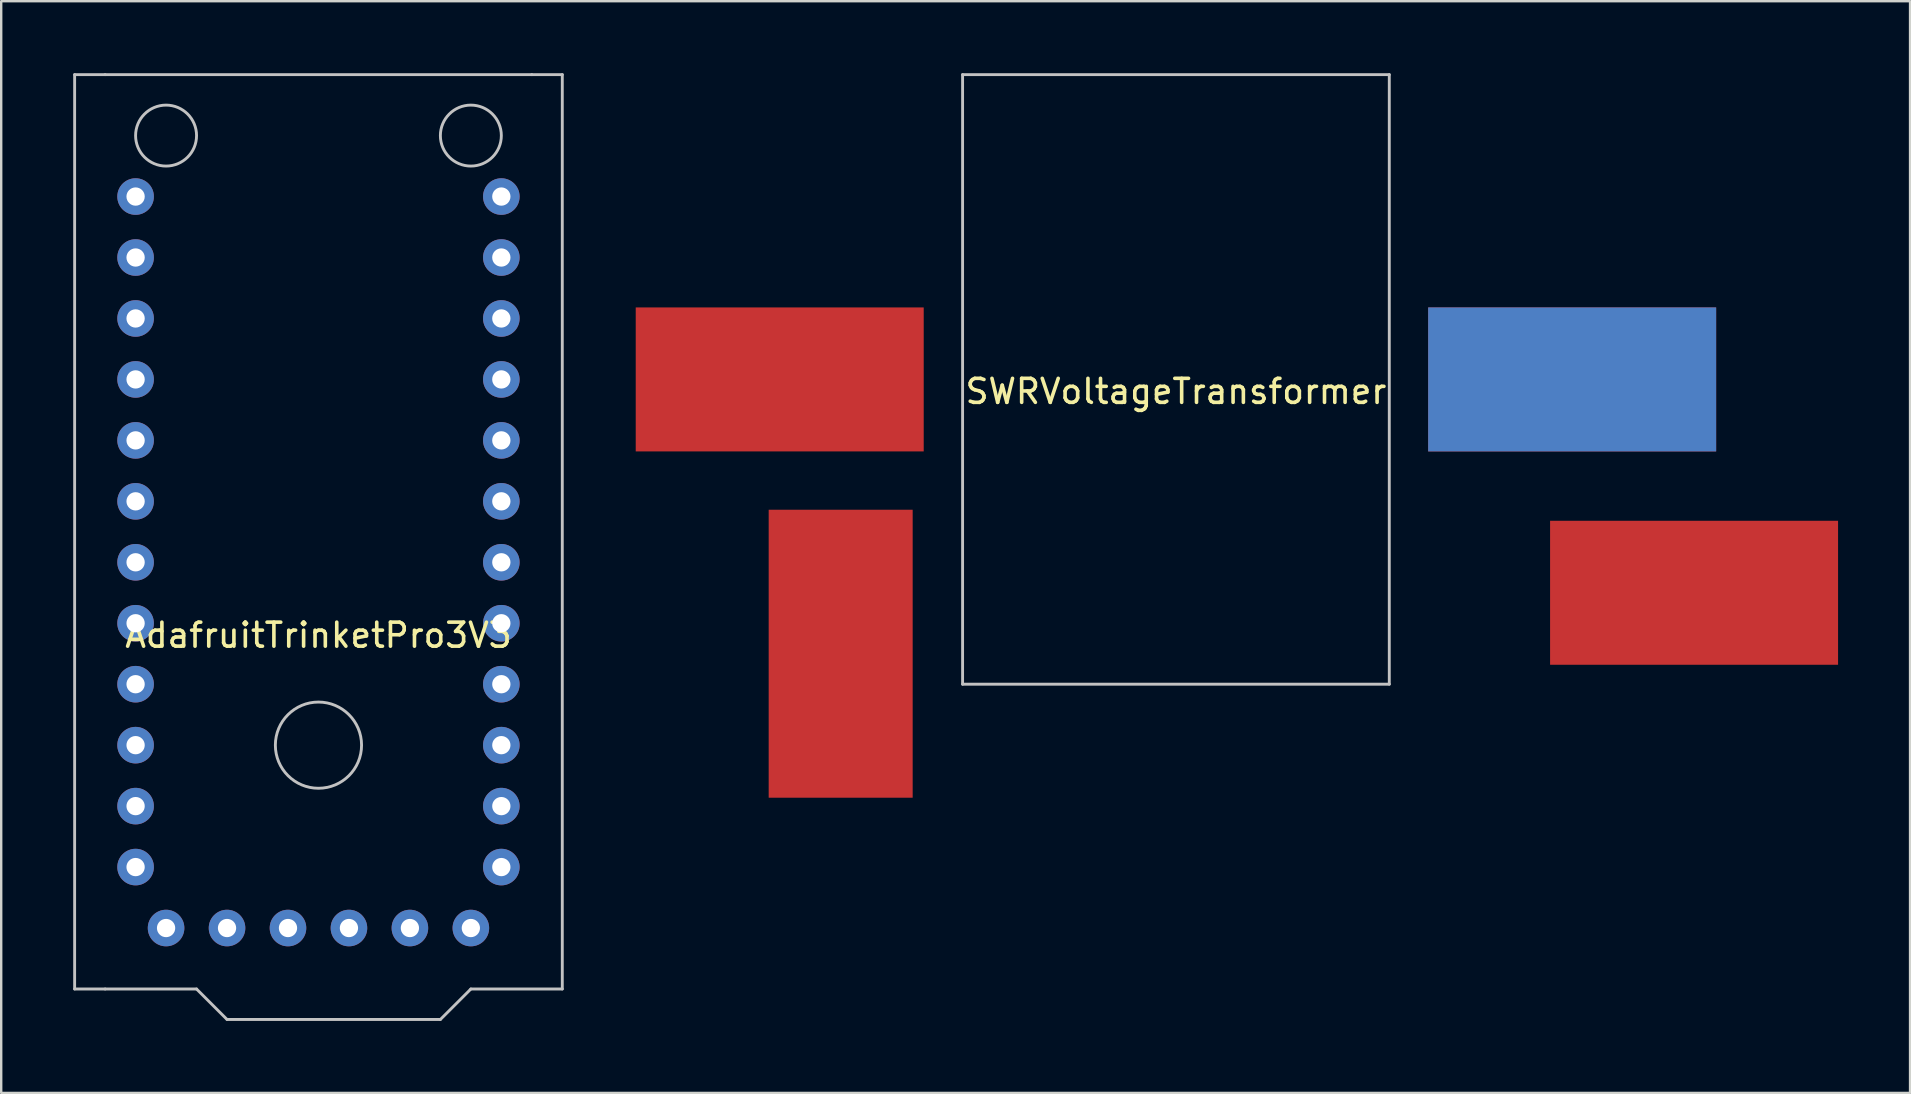
<source format=kicad_pcb>
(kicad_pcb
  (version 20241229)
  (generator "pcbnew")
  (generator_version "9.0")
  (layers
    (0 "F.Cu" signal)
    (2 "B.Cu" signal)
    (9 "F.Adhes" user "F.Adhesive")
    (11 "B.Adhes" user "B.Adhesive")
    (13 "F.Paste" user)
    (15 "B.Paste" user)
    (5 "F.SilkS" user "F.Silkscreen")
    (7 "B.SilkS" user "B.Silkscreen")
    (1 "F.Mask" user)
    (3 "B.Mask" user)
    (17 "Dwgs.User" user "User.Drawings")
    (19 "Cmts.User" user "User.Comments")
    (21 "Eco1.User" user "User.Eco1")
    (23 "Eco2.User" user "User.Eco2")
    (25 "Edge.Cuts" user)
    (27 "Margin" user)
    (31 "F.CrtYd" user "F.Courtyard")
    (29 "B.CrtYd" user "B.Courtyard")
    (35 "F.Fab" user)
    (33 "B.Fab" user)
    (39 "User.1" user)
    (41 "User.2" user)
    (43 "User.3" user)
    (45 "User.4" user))
  (footprint "AdafruitTrinketPro3V3"
    (layer "F.Cu")
    (at 10.22 22.92)
    (property "Reference" "AdafruitTrinketPro3V3" (at 0 0.5 0) (layer "F.SilkS") (effects (font (size 1 1) (thickness 0.15))))
    (attr through_hole)
    (fp_line (start -10.16 -22.86) (end -8.89 -22.86) (stroke (width 0.12) (type solid)) (layer "Dwgs.User"))
    (fp_line (start -10.16 15.24) (end -10.16 -22.86) (stroke (width 0.12) (type solid)) (layer "Dwgs.User"))
    (fp_line (start -8.89 -22.86) (end 8.89 -22.86) (stroke (width 0.12) (type solid)) (layer "Dwgs.User"))
    (fp_line (start -8.89 15.24) (end -10.16 15.24) (stroke (width 0.12) (type solid)) (layer "Dwgs.User"))
    (fp_line (start -5.08 15.24) (end -8.89 15.24) (stroke (width 0.12) (type solid)) (layer "Dwgs.User"))
    (fp_line (start -3.81 16.51) (end -5.08 15.24) (stroke (width 0.12) (type solid)) (layer "Dwgs.User"))
    (fp_line (start 5.08 16.51) (end -3.81 16.51) (stroke (width 0.12) (type solid)) (layer "Dwgs.User"))
    (fp_line (start 6.35 15.24) (end 5.08 16.51) (stroke (width 0.12) (type solid)) (layer "Dwgs.User"))
    (fp_line (start 8.89 -22.86) (end 10.16 -22.86) (stroke (width 0.12) (type solid)) (layer "Dwgs.User"))
    (fp_line (start 10.16 -22.86) (end 10.16 15.24) (stroke (width 0.12) (type solid)) (layer "Dwgs.User"))
    (fp_line (start 10.16 15.24) (end 6.35 15.24) (stroke (width 0.12) (type solid)) (layer "Dwgs.User"))
    (fp_circle (center -6.35 -20.32) (end -5.08 -20.32) (stroke (width 0.12) (type solid)) (fill no) (layer "Dwgs.User"))
    (fp_circle (center 0 5.08) (end 1.27 3.81) (stroke (width 0.12) (type solid)) (fill no) (layer "Dwgs.User"))
    (fp_circle (center 6.35 -20.32) (end 6.35 -21.59) (stroke (width 0.12) (type solid)) (fill no) (layer "Dwgs.User"))
    (pad "1" thru_hole circle (at 7.62 7.62) (size 1.524 1.524) (drill 0.762) (layers "*.Cu" "*.Mask"))
    (pad "2" thru_hole circle (at 7.62 5.08) (size 1.524 1.524) (drill 0.762) (layers "*.Cu" "*.Mask"))
    (pad "3" thru_hole circle (at 7.62 2.54) (size 1.524 1.524) (drill 0.762) (layers "*.Cu" "*.Mask"))
    (pad "4" thru_hole circle (at 7.62 0) (size 1.524 1.524) (drill 0.762) (layers "*.Cu" "*.Mask"))
    (pad "5" thru_hole circle (at 7.62 -2.54) (size 1.524 1.524) (drill 0.762) (layers "*.Cu" "*.Mask"))
    (pad "6" thru_hole circle (at 7.62 -5.08) (size 1.524 1.524) (drill 0.762) (layers "*.Cu" "*.Mask"))
    (pad "8" thru_hole circle (at 7.62 -7.62) (size 1.524 1.524) (drill 0.762) (layers "*.Cu" "*.Mask"))
    (pad "9" thru_hole circle (at -7.62 -17.78) (size 1.524 1.524) (drill 0.762) (layers "*.Cu" "*.Mask"))
    (pad "10" thru_hole circle (at -7.62 -15.24) (size 1.524 1.524) (drill 0.762) (layers "*.Cu" "*.Mask"))
    (pad "11" thru_hole circle (at -7.62 -12.7) (size 1.524 1.524) (drill 0.762) (layers "*.Cu" "*.Mask"))
    (pad "12" thru_hole circle (at -7.62 -10.16) (size 1.524 1.524) (drill 0.762) (layers "*.Cu" "*.Mask"))
    (pad "13" thru_hole circle (at -7.62 -7.62) (size 1.524 1.524) (drill 0.762) (layers "*.Cu" "*.Mask"))
    (pad "14" thru_hole circle (at -7.62 -2.54) (size 1.524 1.524) (drill 0.762) (layers "*.Cu" "*.Mask"))
    (pad "15" thru_hole circle (at -7.62 0) (size 1.524 1.524) (drill 0.762) (layers "*.Cu" "*.Mask"))
    (pad "16" thru_hole circle (at -7.62 2.54) (size 1.524 1.524) (drill 0.762) (layers "*.Cu" "*.Mask"))
    (pad "17" thru_hole circle (at -7.62 5.08) (size 1.524 1.524) (drill 0.762) (layers "*.Cu" "*.Mask"))
    (pad "18" thru_hole circle (at -7.62 7.62) (size 1.524 1.524) (drill 0.762) (layers "*.Cu" "*.Mask"))
    (pad "19" thru_hole circle (at -7.62 10.16) (size 1.524 1.524) (drill 0.762) (layers "*.Cu" "*.Mask"))
    (pad "20" thru_hole circle (at -6.35 12.7) (size 1.524 1.524) (drill 0.762) (layers "*.Cu" "*.Mask"))
    (pad "21" thru_hole circle (at -3.81 12.7) (size 1.524 1.524) (drill 0.762) (layers "*.Cu" "*.Mask"))
    (pad "22" thru_hole circle (at -1.27 12.7) (size 1.524 1.524) (drill 0.762) (layers "*.Cu" "*.Mask"))
    (pad "23" thru_hole circle (at 1.27 12.7) (size 1.524 1.524) (drill 0.762) (layers "*.Cu" "*.Mask"))
    (pad "24" thru_hole circle (at 3.81 12.7) (size 1.524 1.524) (drill 0.762) (layers "*.Cu" "*.Mask"))
    (pad "25" thru_hole circle (at 6.35 12.7) (size 1.524 1.524) (drill 0.762) (layers "*.Cu" "*.Mask"))
    (pad "26" thru_hole circle (at 7.62 10.16) (size 1.524 1.524) (drill 0.762) (layers "*.Cu" "*.Mask"))
    (pad "27" thru_hole circle (at 7.62 -10.16) (size 1.524 1.524) (drill 0.762) (layers "*.Cu" "*.Mask"))
    (pad "28" thru_hole circle (at 7.62 -12.7) (size 1.524 1.524) (drill 0.762) (layers "*.Cu" "*.Mask"))
    (pad "29" thru_hole circle (at 7.62 -15.24) (size 1.524 1.524) (drill 0.762) (layers "*.Cu" "*.Mask"))
    (pad "30" thru_hole circle (at 7.62 -17.78) (size 1.524 1.524) (drill 0.762) (layers "*.Cu" "*.Mask"))
    (pad "31" thru_hole circle (at -7.62 -5.08) (size 1.524 1.524) (drill 0.762) (layers "*.Cu" "*.Mask")))
  (footprint "SWRVoltageTransformer"
    (layer "F.Cu")
    (at 45.95 12.76)
    (property "Reference" "SWRVoltageTransformer" (at 0 0.5 0) (layer "F.SilkS") (effects (font (size 1 1) (thickness 0.15))))
    (attr through_hole)
    (fp_line (start -8.89 -12.7) (end 8.89 -12.7) (stroke (width 0.12) (type solid)) (layer "Dwgs.User"))
    (fp_line (start -8.89 12.7) (end -8.89 -12.7) (stroke (width 0.12) (type solid)) (layer "Dwgs.User"))
    (fp_line (start 8.89 -12.7) (end 8.89 12.7) (stroke (width 0.12) (type solid)) (layer "Dwgs.User"))
    (fp_line (start 8.89 12.7) (end -8.89 12.7) (stroke (width 0.12) (type solid)) (layer "Dwgs.User"))
    (pad "1" smd rect (at -13.97 11.43 90) (size 12 6) (layers "F.Cu" "F.Mask" "F.Paste"))
    (pad "2" smd rect (at 21.59 8.89) (size 12 6) (layers "F.Cu" "F.Mask" "F.Paste"))
    (pad "3" smd rect (at -16.51 0) (size 12 6) (layers "F.Cu" "F.Mask" "F.Paste"))
    (pad "4" smd rect (at 16.51 0) (size 12 6) (layers "F.Cu" "F.Mask" "F.Paste"))
    (pad "5" smd rect (at 16.51 0) (size 12 6) (layers "B.Cu" "B.Mask" "B.Paste")))
  (gr_rect
    (start -3 -3)
    (end 76.54 42.49)
    (stroke (width 0.1) (type default))
    (fill no)
    (layer "Edge.Cuts")))
</source>
